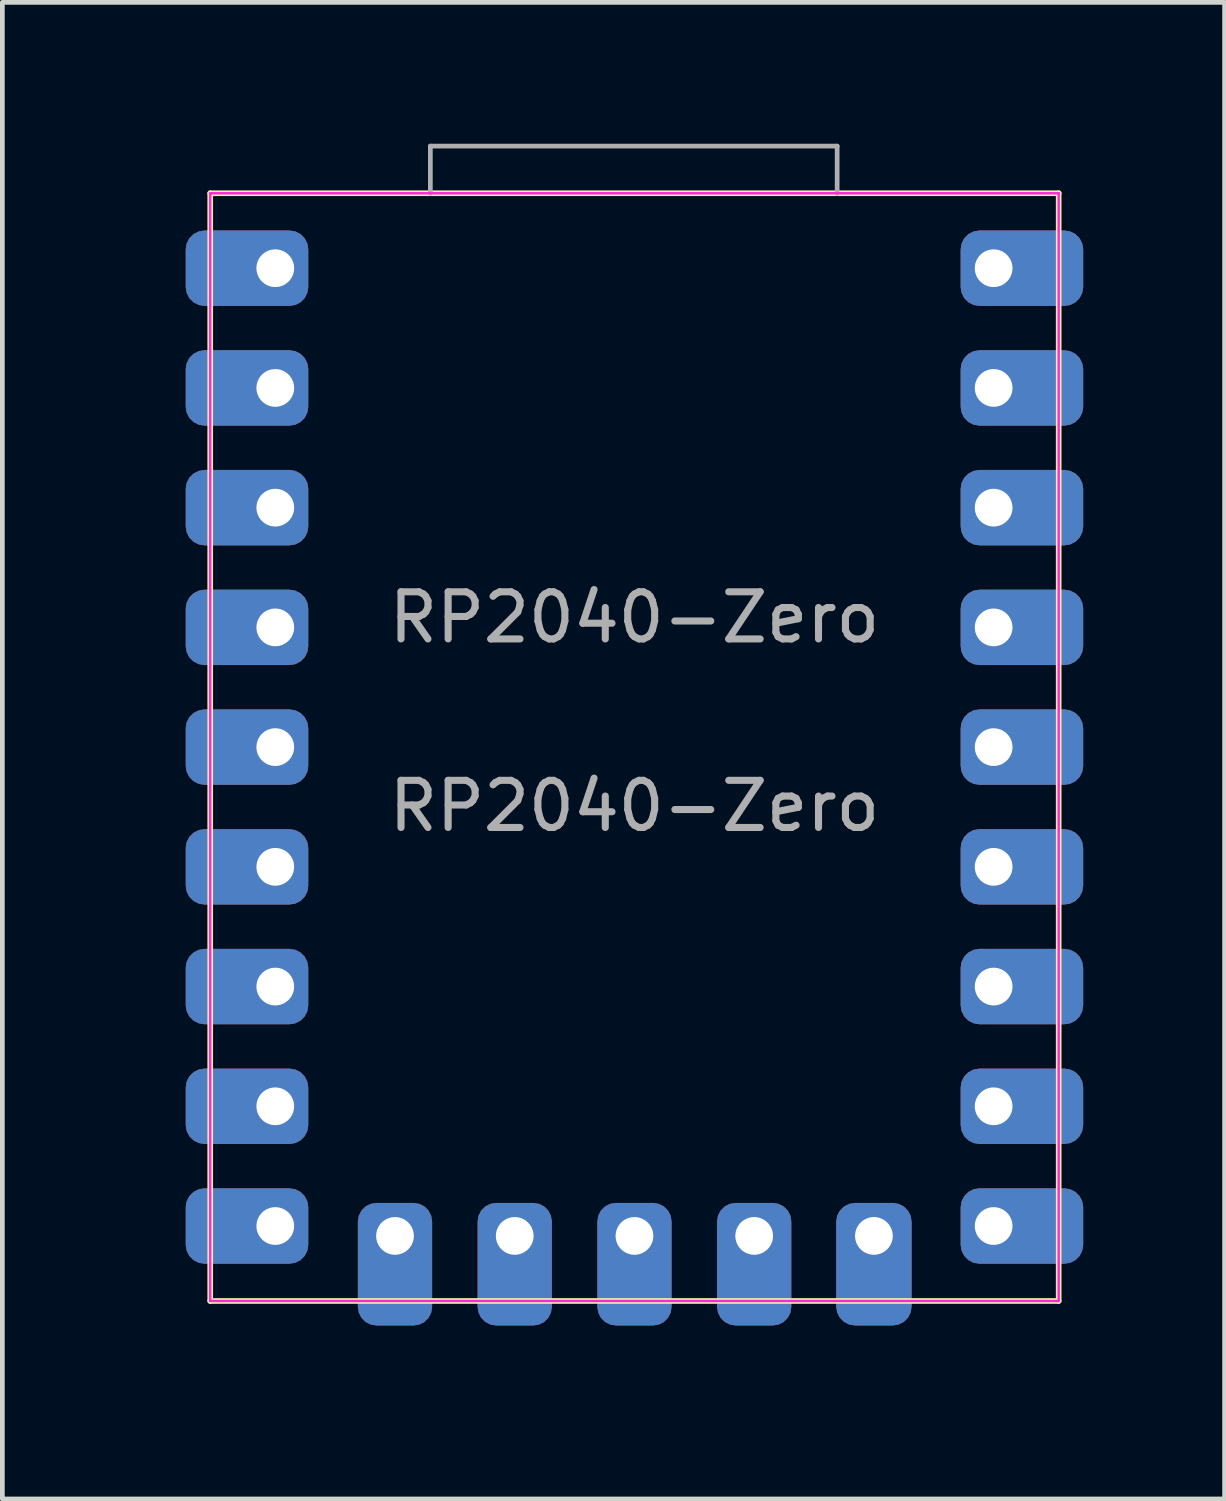
<source format=kicad_pcb>
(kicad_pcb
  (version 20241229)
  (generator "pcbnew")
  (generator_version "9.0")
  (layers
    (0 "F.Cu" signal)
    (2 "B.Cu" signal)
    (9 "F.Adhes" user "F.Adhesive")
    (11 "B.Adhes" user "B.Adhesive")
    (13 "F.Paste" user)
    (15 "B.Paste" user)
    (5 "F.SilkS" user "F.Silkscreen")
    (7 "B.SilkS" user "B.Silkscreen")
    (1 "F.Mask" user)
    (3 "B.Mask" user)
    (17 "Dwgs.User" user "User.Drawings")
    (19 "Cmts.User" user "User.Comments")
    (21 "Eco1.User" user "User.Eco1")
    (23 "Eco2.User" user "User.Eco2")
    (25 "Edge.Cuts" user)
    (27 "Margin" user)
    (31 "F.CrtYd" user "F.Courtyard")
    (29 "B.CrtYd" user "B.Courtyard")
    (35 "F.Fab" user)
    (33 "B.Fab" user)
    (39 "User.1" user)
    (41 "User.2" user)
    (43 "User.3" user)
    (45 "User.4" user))
  (footprint "RP2040-Zero"
    (layer "F.Cu")
    (at 0.25 25.5)
    (property "Reference" "RP2040-Zero" (at 10.16 -15.45 0) (unlocked yes) (layer "F.Fab") (effects (font (size 1 1) (thickness 0.15))))
    (attr through_hole)
    (fp_line (start 1.16 -24.45) (end 1.16 -0.95) (stroke (width 0.12) (type solid)) (layer "F.SilkS"))
    (fp_line (start 1.16 -0.95) (end 19.16 -0.95) (stroke (width 0.12) (type solid)) (layer "F.SilkS"))
    (fp_line (start 19.16 -24.45) (end 1.16 -24.45) (stroke (width 0.12) (type solid)) (layer "F.SilkS"))
    (fp_line (start 19.16 -0.95) (end 19.16 -24.45) (stroke (width 0.12) (type solid)) (layer "F.SilkS"))
    (fp_line (start 1.16 -24.45) (end 19.16 -24.45) (stroke (width 0.05) (type solid)) (layer "F.CrtYd"))
    (fp_line (start 1.16 -0.95) (end 1.16 -24.45) (stroke (width 0.05) (type solid)) (layer "F.CrtYd"))
    (fp_line (start 19.16 -24.45) (end 19.16 -0.95) (stroke (width 0.05) (type solid)) (layer "F.CrtYd"))
    (fp_line (start 19.16 -0.95) (end 1.16 -0.95) (stroke (width 0.05) (type solid)) (layer "F.CrtYd"))
    (fp_line (start 5.83 -25.45) (end 5.83 -24.45) (stroke (width 0.1) (type solid)) (layer "F.Fab"))
    (fp_line (start 5.83 -25.45) (end 14.46 -25.45) (stroke (width 0.1) (type solid)) (layer "F.Fab"))
    (fp_line (start 14.46 -25.45) (end 14.46 -24.45) (stroke (width 0.1) (type solid)) (layer "F.Fab"))
    (fp_text user "${REFERENCE}" (at 10.16 -11.45 0) (unlocked yes) (layer "F.Fab") (effects (font (size 1 1) (thickness 0.15))))
    (pad "1" thru_hole roundrect (at 17.78 -22.86) (size 2.6 1.6) (drill 0.8 (offset 0.6 0)) (layers "*.Cu" "*.Mask") (roundrect_rratio 0.25))
    (pad "2" thru_hole roundrect (at 17.78 -20.32) (size 2.6 1.6) (drill 0.8 (offset 0.6 0)) (layers "*.Cu" "*.Mask") (roundrect_rratio 0.25))
    (pad "3" thru_hole roundrect (at 17.78 -17.78) (size 2.6 1.6) (drill 0.8 (offset 0.6 0)) (layers "*.Cu" "*.Mask") (roundrect_rratio 0.25))
    (pad "4" thru_hole roundrect (at 17.78 -15.24) (size 2.6 1.6) (drill 0.8 (offset 0.6 0)) (layers "*.Cu" "*.Mask") (roundrect_rratio 0.25))
    (pad "5" thru_hole roundrect (at 17.78 -12.7) (size 2.6 1.6) (drill 0.8 (offset 0.6 0)) (layers "*.Cu" "*.Mask") (roundrect_rratio 0.25))
    (pad "6" thru_hole roundrect (at 17.78 -10.16) (size 2.6 1.6) (drill 0.8 (offset 0.6 0)) (layers "*.Cu" "*.Mask") (roundrect_rratio 0.25))
    (pad "7" thru_hole roundrect (at 17.78 -7.62) (size 2.6 1.6) (drill 0.8 (offset 0.6 0)) (layers "*.Cu" "*.Mask") (roundrect_rratio 0.25))
    (pad "8" thru_hole roundrect (at 17.78 -5.08) (size 2.6 1.6) (drill 0.8 (offset 0.6 0)) (layers "*.Cu" "*.Mask") (roundrect_rratio 0.25))
    (pad "9" thru_hole roundrect (at 17.78 -2.54) (size 2.6 1.6) (drill 0.8 (offset 0.6 0)) (layers "*.Cu" "*.Mask") (roundrect_rratio 0.25))
    (pad "10" thru_hole roundrect (at 15.24 -2.33) (size 1.6 2.6) (drill 0.8 (offset 0 0.6)) (layers "*.Cu" "*.Mask") (roundrect_rratio 0.25))
    (pad "11" thru_hole roundrect (at 12.7 -2.33) (size 1.575 2.6) (drill 0.8 (offset 0 0.6)) (layers "*.Cu" "*.Mask") (roundrect_rratio 0.25))
    (pad "12" thru_hole roundrect (at 10.16 -2.33) (size 1.575 2.6) (drill 0.8 (offset 0 0.6)) (layers "*.Cu" "*.Mask") (roundrect_rratio 0.25))
    (pad "13" thru_hole roundrect (at 7.62 -2.33) (size 1.575 2.6) (drill 0.8 (offset 0 0.6)) (layers "*.Cu" "*.Mask") (roundrect_rratio 0.25))
    (pad "14" thru_hole roundrect (at 5.08 -2.33) (size 1.575 2.6) (drill 0.8 (offset 0 0.6)) (layers "*.Cu" "*.Mask") (roundrect_rratio 0.25))
    (pad "15" thru_hole roundrect (at 2.54 -2.54) (size 2.6 1.6) (drill 0.8 (offset -0.6 0)) (layers "*.Cu" "*.Mask") (roundrect_rratio 0.25))
    (pad "16" thru_hole roundrect (at 2.54 -5.08) (size 2.6 1.6) (drill 0.8 (offset -0.6 0)) (layers "*.Cu" "*.Mask") (roundrect_rratio 0.25))
    (pad "17" thru_hole roundrect (at 2.54 -7.62) (size 2.6 1.6) (drill 0.8 (offset -0.6 0)) (layers "*.Cu" "*.Mask") (roundrect_rratio 0.25))
    (pad "18" thru_hole roundrect (at 2.54 -10.16) (size 2.6 1.6) (drill 0.8 (offset -0.6 0)) (layers "*.Cu" "*.Mask") (roundrect_rratio 0.25))
    (pad "19" thru_hole roundrect (at 2.54 -12.7) (size 2.6 1.6) (drill 0.8 (offset -0.6 0)) (layers "*.Cu" "*.Mask") (roundrect_rratio 0.25))
    (pad "20" thru_hole roundrect (at 2.54 -15.24) (size 2.6 1.6) (drill 0.8 (offset -0.6 0)) (layers "*.Cu" "*.Mask") (roundrect_rratio 0.25))
    (pad "21" thru_hole roundrect (at 2.54 -17.78) (size 2.6 1.6) (drill 0.8 (offset -0.6 0)) (layers "*.Cu" "*.Mask") (roundrect_rratio 0.25))
    (pad "22" thru_hole roundrect (at 2.54 -20.32) (size 2.6 1.6) (drill 0.8 (offset -0.6 0)) (layers "*.Cu" "*.Mask") (roundrect_rratio 0.25))
    (pad "23" thru_hole roundrect (at 2.54 -22.86) (size 2.6 1.6) (drill 0.8 (offset -0.6 0)) (layers "*.Cu" "*.Mask") (roundrect_rratio 0.25)))
  (gr_rect
    (start -3 -3)
    (end 22.93 28.75)
    (stroke (width 0.1) (type default))
    (fill no)
    (layer "Edge.Cuts")))
</source>
